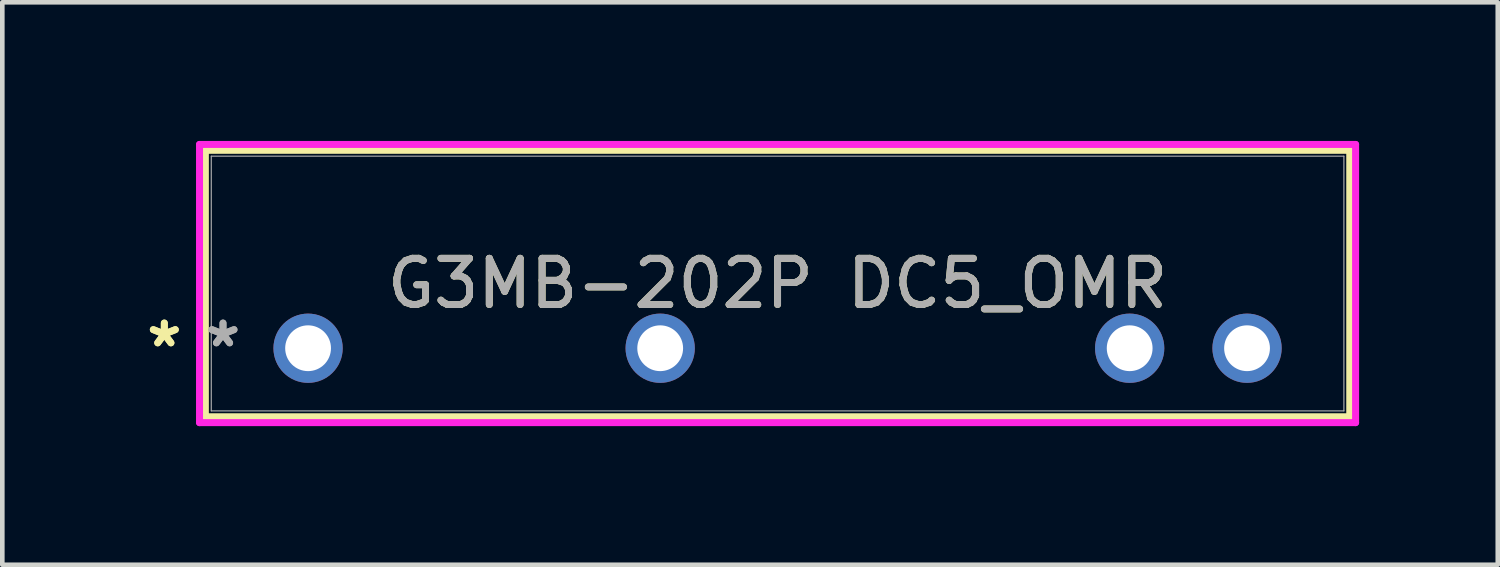
<source format=kicad_pcb>
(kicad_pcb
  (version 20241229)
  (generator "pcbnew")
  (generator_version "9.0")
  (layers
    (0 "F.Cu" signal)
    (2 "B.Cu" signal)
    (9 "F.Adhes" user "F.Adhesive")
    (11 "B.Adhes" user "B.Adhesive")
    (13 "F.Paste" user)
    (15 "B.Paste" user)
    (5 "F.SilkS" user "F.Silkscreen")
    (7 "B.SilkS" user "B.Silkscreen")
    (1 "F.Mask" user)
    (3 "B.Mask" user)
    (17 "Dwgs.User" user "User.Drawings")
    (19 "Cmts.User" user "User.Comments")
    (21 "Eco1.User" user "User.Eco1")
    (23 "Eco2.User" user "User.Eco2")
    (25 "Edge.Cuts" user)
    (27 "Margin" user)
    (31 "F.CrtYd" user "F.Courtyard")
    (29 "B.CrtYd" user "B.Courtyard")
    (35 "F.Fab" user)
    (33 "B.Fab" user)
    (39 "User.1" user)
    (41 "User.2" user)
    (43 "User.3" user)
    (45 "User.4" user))
  (footprint "G3MB-202P DC5_OMR"
    (layer "F.Cu")
    (at 3.617 4.486)
    (property "Reference" "G3MB-202P DC5_OMR" (at 10.16 -1.4 0) (unlocked yes) (layer "F.SilkS") (effects (font (size 1 1) (thickness 0.15))))
    (attr through_hole)
    (fp_line (start -2.223 -4.283) (end -2.223 1.483) (stroke (width 0.152) (type solid)) (layer "F.SilkS"))
    (fp_line (start -2.223 1.483) (end 22.543 1.483) (stroke (width 0.152) (type solid)) (layer "F.SilkS"))
    (fp_line (start 22.543 -4.283) (end -2.223 -4.283) (stroke (width 0.152) (type solid)) (layer "F.SilkS"))
    (fp_line (start 22.543 1.483) (end 22.543 -4.283) (stroke (width 0.152) (type solid)) (layer "F.SilkS"))
    (fp_line (start -2.349 -4.41) (end 22.669 -4.41) (stroke (width 0.152) (type solid)) (layer "F.CrtYd"))
    (fp_line (start -2.349 1.61) (end -2.349 -4.41) (stroke (width 0.152) (type solid)) (layer "F.CrtYd"))
    (fp_line (start 22.669 -4.41) (end 22.669 1.61) (stroke (width 0.152) (type solid)) (layer "F.CrtYd"))
    (fp_line (start 22.669 1.61) (end -2.349 1.61) (stroke (width 0.152) (type solid)) (layer "F.CrtYd"))
    (fp_line (start -2.095 -4.156) (end -2.095 1.356) (stroke (width 0.025) (type solid)) (layer "F.Fab"))
    (fp_line (start -2.095 1.356) (end 22.416 1.356) (stroke (width 0.025) (type solid)) (layer "F.Fab"))
    (fp_line (start 22.416 -4.156) (end -2.095 -4.156) (stroke (width 0.025) (type solid)) (layer "F.Fab"))
    (fp_line (start 22.416 1.356) (end 22.416 -4.156) (stroke (width 0.025) (type solid)) (layer "F.Fab"))
    (fp_text user "*" (at -3.111 0 0) (layer "F.SilkS") (effects (font (size 1 1) (thickness 0.15))))
    (fp_text user "*" (at -3.111 0 0) (unlocked yes) (layer "F.SilkS") (effects (font (size 1 1) (thickness 0.15))))
    (fp_text user "*" (at -1.841 0 0) (layer "F.Fab") (effects (font (size 1 1) (thickness 0.15))))
    (fp_text user "${REFERENCE}" (at 10.16 -1.4 0) (unlocked yes) (layer "F.Fab") (effects (font (size 1 1) (thickness 0.15))))
    (fp_text user "*" (at -1.841 0 0) (unlocked yes) (layer "F.Fab") (effects (font (size 1 1) (thickness 0.15))))
    (pad "1" thru_hole circle (at 0 0) (size 1.499 1.499) (drill 0.991) (layers "*.Cu" "*.Mask"))
    (pad "2" thru_hole circle (at 7.62 0) (size 1.499 1.499) (drill 0.991) (layers "*.Cu" "*.Mask"))
    (pad "3" thru_hole circle (at 17.78 0) (size 1.499 1.499) (drill 0.991) (layers "*.Cu" "*.Mask"))
    (pad "4" thru_hole circle (at 20.32 0) (size 1.499 1.499) (drill 0.991) (layers "*.Cu" "*.Mask")))
  (gr_rect
    (start -3 -3)
    (end 29.363 9.172)
    (stroke (width 0.1) (type default))
    (fill no)
    (layer "Edge.Cuts")))
</source>
